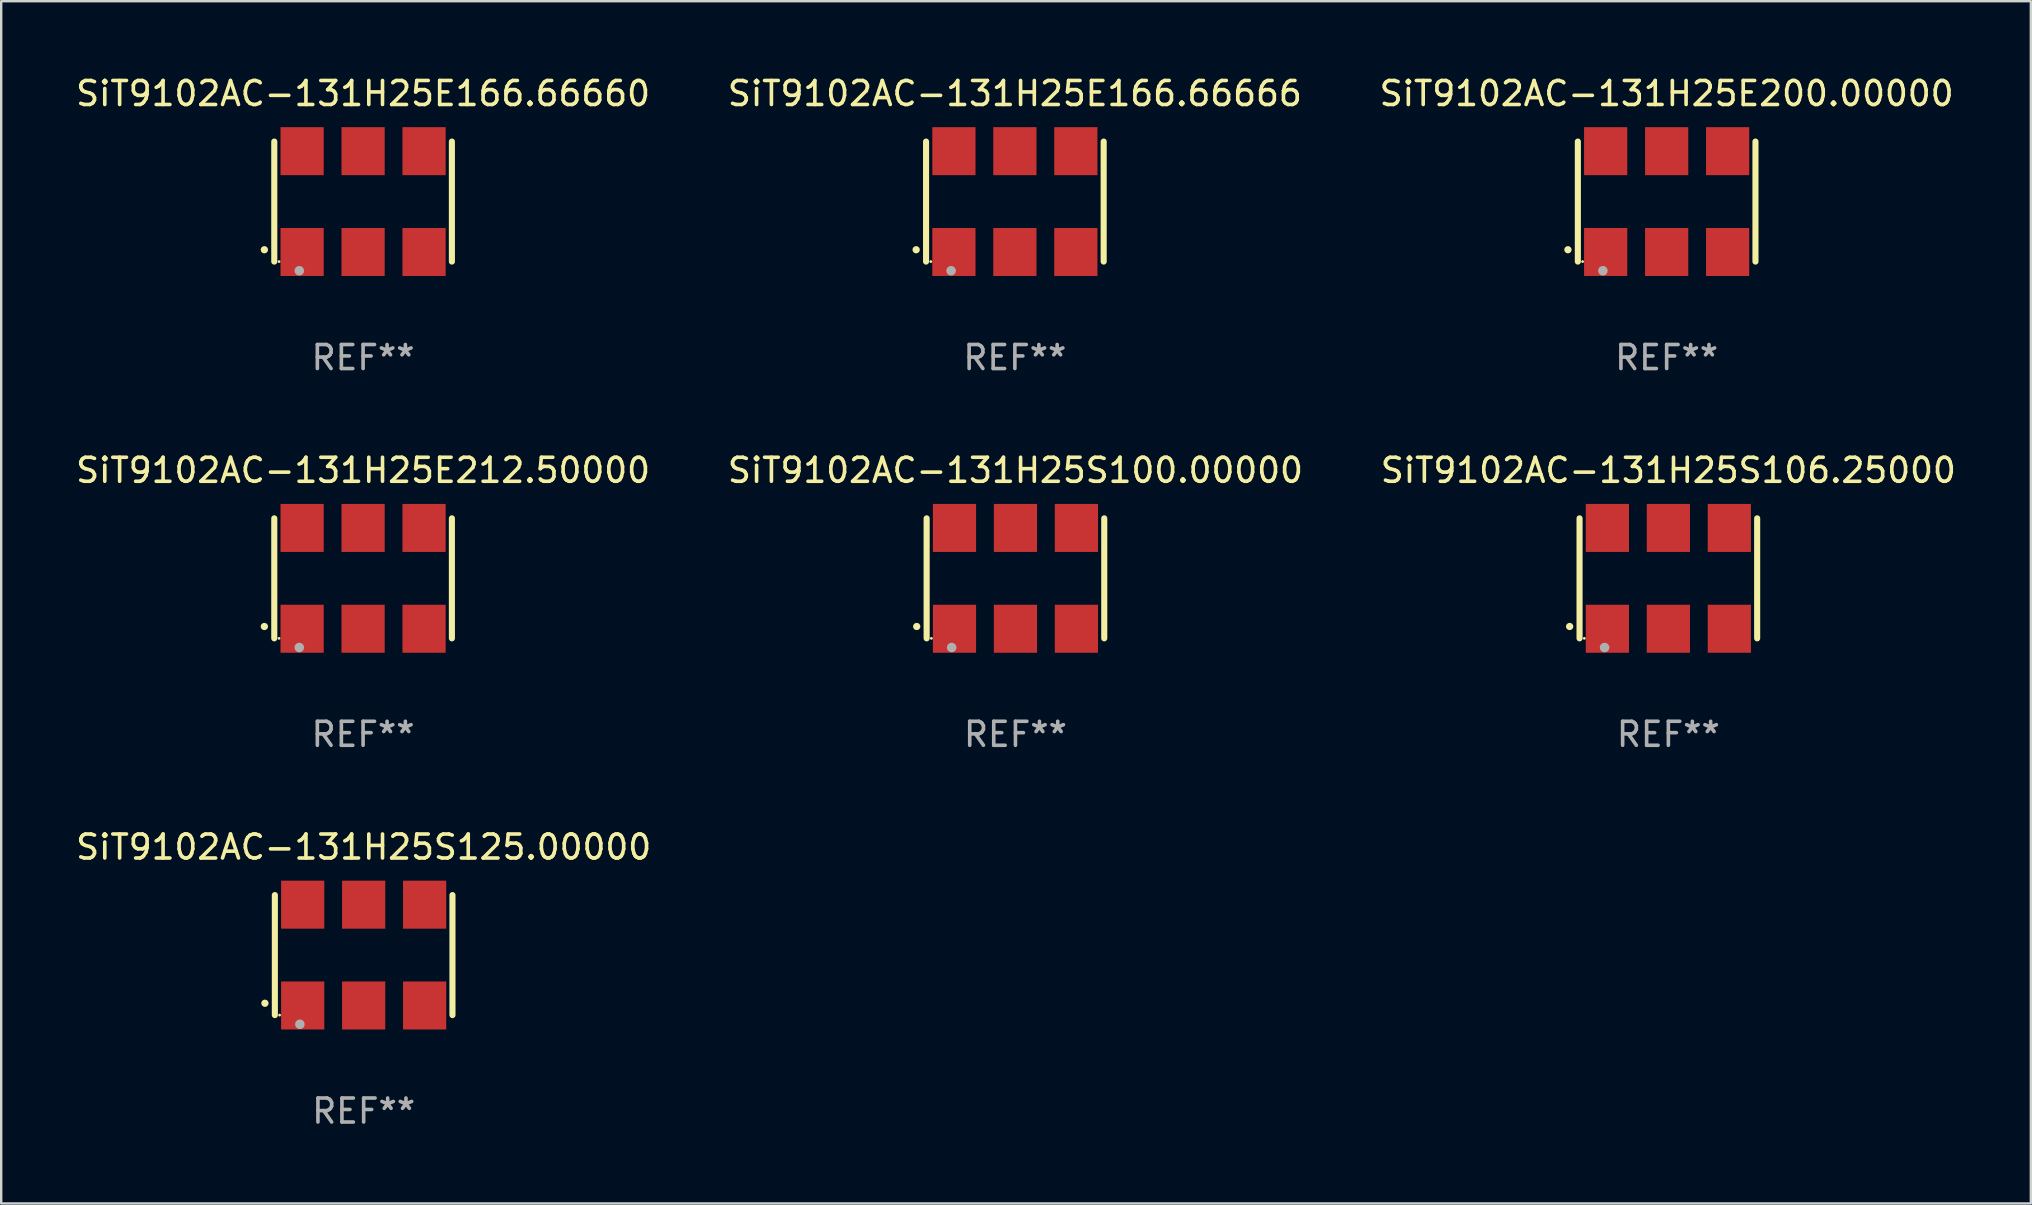
<source format=kicad_pcb>
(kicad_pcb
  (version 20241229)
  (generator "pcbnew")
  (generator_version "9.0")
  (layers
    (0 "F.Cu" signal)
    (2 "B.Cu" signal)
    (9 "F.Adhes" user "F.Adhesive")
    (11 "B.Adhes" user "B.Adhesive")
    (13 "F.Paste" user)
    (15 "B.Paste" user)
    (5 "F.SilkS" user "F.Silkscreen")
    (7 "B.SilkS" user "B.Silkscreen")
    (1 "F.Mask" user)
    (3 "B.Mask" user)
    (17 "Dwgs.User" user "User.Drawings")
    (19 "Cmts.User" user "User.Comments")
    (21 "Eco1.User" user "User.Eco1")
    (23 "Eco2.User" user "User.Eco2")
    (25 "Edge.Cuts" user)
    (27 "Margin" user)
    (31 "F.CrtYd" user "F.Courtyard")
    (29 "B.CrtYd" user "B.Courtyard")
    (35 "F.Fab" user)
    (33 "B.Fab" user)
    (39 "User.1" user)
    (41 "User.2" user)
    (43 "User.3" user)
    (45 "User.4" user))
  (footprint "SiT9102AC-131H25S125.00000"
    (layer "F.Cu")
    (at 12.101 36.741)
    (property "Reference" "SiT9102AC-131H25S125.00000" (at 0 -4.5 0) (layer "F.SilkS") (effects (font (size 1 1) (thickness 0.15))))
    (attr through_hole)
    (fp_line (start -3.7 -2.5) (end -3.7 2.5) (stroke (width 0.254) (type solid)) (layer "F.SilkS"))
    (fp_line (start 3.7 -2.5) (end 3.7 2.5) (stroke (width 0.254) (type solid)) (layer "F.SilkS"))
    (fp_arc (start -4.114415 2.006604) (mid -4.113145 2.006599) (end -4.111875 2.006604) (stroke (width 0.3) (type solid)) (layer "F.SilkS"))
    (fp_circle (center -3.502 2.5) (end -3.472 2.5) (stroke (width 0.06) (type solid)) (fill no) (layer "F.SilkS"))
    (fp_circle (center -2.657 2.882) (end -2.557 2.882) (stroke (width 0.2) (type solid)) (fill no) (layer "F.Fab"))
    (fp_text user "REF**" (at 0 6.5 0) (layer "F.Fab") (effects (font (size 1 1) (thickness 0.15))))
    (pad "1" smd rect (at -2.54 2.1) (size 1.8 2) (layers "F.Cu" "F.Mask" "F.Paste"))
    (pad "2" smd rect (at 0.000394 2.1) (size 1.8 2) (layers "F.Cu" "F.Mask" "F.Paste"))
    (pad "3" smd rect (at 2.54 2.1) (size 1.8 2) (layers "F.Cu" "F.Mask" "F.Paste"))
    (pad "4" smd rect (at 2.54 -2.1) (size 1.8 2) (layers "F.Cu" "F.Mask" "F.Paste"))
    (pad "5" smd rect (at 0.000394 -2.1) (size 1.8 2) (layers "F.Cu" "F.Mask" "F.Paste"))
    (pad "6" smd rect (at -2.54 -2.1) (size 1.8 2) (layers "F.Cu" "F.Mask" "F.Paste")))
  (footprint "SiT9102AC-131H25E166.66666"
    (layer "F.Cu")
    (at 39.232 5.348)
    (property "Reference" "SiT9102AC-131H25E166.66666" (at 0 -4.5 0) (layer "F.SilkS") (effects (font (size 1 1) (thickness 0.15))))
    (attr through_hole)
    (fp_line (start -3.7 -2.5) (end -3.7 2.5) (stroke (width 0.254) (type solid)) (layer "F.SilkS"))
    (fp_line (start 3.7 -2.5) (end 3.7 2.5) (stroke (width 0.254) (type solid)) (layer "F.SilkS"))
    (fp_arc (start -4.114415 2.006604) (mid -4.113145 2.006599) (end -4.111875 2.006604) (stroke (width 0.3) (type solid)) (layer "F.SilkS"))
    (fp_circle (center -3.502 2.5) (end -3.472 2.5) (stroke (width 0.06) (type solid)) (fill no) (layer "F.SilkS"))
    (fp_circle (center -2.657 2.882) (end -2.557 2.882) (stroke (width 0.2) (type solid)) (fill no) (layer "F.Fab"))
    (fp_text user "REF**" (at 0 6.5 0) (layer "F.Fab") (effects (font (size 1 1) (thickness 0.15))))
    (pad "1" smd rect (at -2.54 2.1) (size 1.8 2) (layers "F.Cu" "F.Mask" "F.Paste"))
    (pad "2" smd rect (at 0.000394 2.1) (size 1.8 2) (layers "F.Cu" "F.Mask" "F.Paste"))
    (pad "3" smd rect (at 2.54 2.1) (size 1.8 2) (layers "F.Cu" "F.Mask" "F.Paste"))
    (pad "4" smd rect (at 2.54 -2.1) (size 1.8 2) (layers "F.Cu" "F.Mask" "F.Paste"))
    (pad "5" smd rect (at 0.000394 -2.1) (size 1.8 2) (layers "F.Cu" "F.Mask" "F.Paste"))
    (pad "6" smd rect (at -2.54 -2.1) (size 1.8 2) (layers "F.Cu" "F.Mask" "F.Paste")))
  (footprint "SiT9102AC-131H25S106.25000"
    (layer "F.Cu")
    (at 66.458 21.045)
    (property "Reference" "SiT9102AC-131H25S106.25000" (at 0 -4.5 0) (layer "F.SilkS") (effects (font (size 1 1) (thickness 0.15))))
    (attr through_hole)
    (fp_line (start -3.7 -2.5) (end -3.7 2.5) (stroke (width 0.254) (type solid)) (layer "F.SilkS"))
    (fp_line (start 3.7 -2.5) (end 3.7 2.5) (stroke (width 0.254) (type solid)) (layer "F.SilkS"))
    (fp_arc (start -4.114415 2.006604) (mid -4.113145 2.006599) (end -4.111875 2.006604) (stroke (width 0.3) (type solid)) (layer "F.SilkS"))
    (fp_circle (center -3.502 2.5) (end -3.472 2.5) (stroke (width 0.06) (type solid)) (fill no) (layer "F.SilkS"))
    (fp_circle (center -2.657 2.882) (end -2.557 2.882) (stroke (width 0.2) (type solid)) (fill no) (layer "F.Fab"))
    (fp_text user "REF**" (at 0 6.5 0) (layer "F.Fab") (effects (font (size 1 1) (thickness 0.15))))
    (pad "1" smd rect (at -2.54 2.1) (size 1.8 2) (layers "F.Cu" "F.Mask" "F.Paste"))
    (pad "2" smd rect (at 0.000394 2.1) (size 1.8 2) (layers "F.Cu" "F.Mask" "F.Paste"))
    (pad "3" smd rect (at 2.54 2.1) (size 1.8 2) (layers "F.Cu" "F.Mask" "F.Paste"))
    (pad "4" smd rect (at 2.54 -2.1) (size 1.8 2) (layers "F.Cu" "F.Mask" "F.Paste"))
    (pad "5" smd rect (at 0.000394 -2.1) (size 1.8 2) (layers "F.Cu" "F.Mask" "F.Paste"))
    (pad "6" smd rect (at -2.54 -2.1) (size 1.8 2) (layers "F.Cu" "F.Mask" "F.Paste")))
  (footprint "SiT9102AC-131H25E212.50000"
    (layer "F.Cu")
    (at 12.077 21.045)
    (property "Reference" "SiT9102AC-131H25E212.50000" (at 0 -4.5 0) (layer "F.SilkS") (effects (font (size 1 1) (thickness 0.15))))
    (attr through_hole)
    (fp_line (start -3.7 -2.5) (end -3.7 2.5) (stroke (width 0.254) (type solid)) (layer "F.SilkS"))
    (fp_line (start 3.7 -2.5) (end 3.7 2.5) (stroke (width 0.254) (type solid)) (layer "F.SilkS"))
    (fp_arc (start -4.114415 2.006604) (mid -4.113145 2.006599) (end -4.111875 2.006604) (stroke (width 0.3) (type solid)) (layer "F.SilkS"))
    (fp_circle (center -3.502 2.5) (end -3.472 2.5) (stroke (width 0.06) (type solid)) (fill no) (layer "F.SilkS"))
    (fp_circle (center -2.657 2.882) (end -2.557 2.882) (stroke (width 0.2) (type solid)) (fill no) (layer "F.Fab"))
    (fp_text user "REF**" (at 0 6.5 0) (layer "F.Fab") (effects (font (size 1 1) (thickness 0.15))))
    (pad "1" smd rect (at -2.54 2.1) (size 1.8 2) (layers "F.Cu" "F.Mask" "F.Paste"))
    (pad "2" smd rect (at 0.000394 2.1) (size 1.8 2) (layers "F.Cu" "F.Mask" "F.Paste"))
    (pad "3" smd rect (at 2.54 2.1) (size 1.8 2) (layers "F.Cu" "F.Mask" "F.Paste"))
    (pad "4" smd rect (at 2.54 -2.1) (size 1.8 2) (layers "F.Cu" "F.Mask" "F.Paste"))
    (pad "5" smd rect (at 0.000394 -2.1) (size 1.8 2) (layers "F.Cu" "F.Mask" "F.Paste"))
    (pad "6" smd rect (at -2.54 -2.1) (size 1.8 2) (layers "F.Cu" "F.Mask" "F.Paste")))
  (footprint "SiT9102AC-131H25S100.00000"
    (layer "F.Cu")
    (at 39.256 21.045)
    (property "Reference" "SiT9102AC-131H25S100.00000" (at 0 -4.5 0) (layer "F.SilkS") (effects (font (size 1 1) (thickness 0.15))))
    (attr through_hole)
    (fp_line (start -3.7 -2.5) (end -3.7 2.5) (stroke (width 0.254) (type solid)) (layer "F.SilkS"))
    (fp_line (start 3.7 -2.5) (end 3.7 2.5) (stroke (width 0.254) (type solid)) (layer "F.SilkS"))
    (fp_arc (start -4.114415 2.006604) (mid -4.113145 2.006599) (end -4.111875 2.006604) (stroke (width 0.3) (type solid)) (layer "F.SilkS"))
    (fp_circle (center -3.502 2.5) (end -3.472 2.5) (stroke (width 0.06) (type solid)) (fill no) (layer "F.SilkS"))
    (fp_circle (center -2.657 2.882) (end -2.557 2.882) (stroke (width 0.2) (type solid)) (fill no) (layer "F.Fab"))
    (fp_text user "REF**" (at 0 6.5 0) (layer "F.Fab") (effects (font (size 1 1) (thickness 0.15))))
    (pad "1" smd rect (at -2.54 2.1) (size 1.8 2) (layers "F.Cu" "F.Mask" "F.Paste"))
    (pad "2" smd rect (at 0.000394 2.1) (size 1.8 2) (layers "F.Cu" "F.Mask" "F.Paste"))
    (pad "3" smd rect (at 2.54 2.1) (size 1.8 2) (layers "F.Cu" "F.Mask" "F.Paste"))
    (pad "4" smd rect (at 2.54 -2.1) (size 1.8 2) (layers "F.Cu" "F.Mask" "F.Paste"))
    (pad "5" smd rect (at 0.000394 -2.1) (size 1.8 2) (layers "F.Cu" "F.Mask" "F.Paste"))
    (pad "6" smd rect (at -2.54 -2.1) (size 1.8 2) (layers "F.Cu" "F.Mask" "F.Paste")))
  (footprint "SiT9102AC-131H25E200.00000"
    (layer "F.Cu")
    (at 66.387 5.348)
    (property "Reference" "SiT9102AC-131H25E200.00000" (at 0 -4.5 0) (layer "F.SilkS") (effects (font (size 1 1) (thickness 0.15))))
    (attr through_hole)
    (fp_line (start -3.7 -2.5) (end -3.7 2.5) (stroke (width 0.254) (type solid)) (layer "F.SilkS"))
    (fp_line (start 3.7 -2.5) (end 3.7 2.5) (stroke (width 0.254) (type solid)) (layer "F.SilkS"))
    (fp_arc (start -4.114415 2.006604) (mid -4.113145 2.006599) (end -4.111875 2.006604) (stroke (width 0.3) (type solid)) (layer "F.SilkS"))
    (fp_circle (center -3.502 2.5) (end -3.472 2.5) (stroke (width 0.06) (type solid)) (fill no) (layer "F.SilkS"))
    (fp_circle (center -2.657 2.882) (end -2.557 2.882) (stroke (width 0.2) (type solid)) (fill no) (layer "F.Fab"))
    (fp_text user "REF**" (at 0 6.5 0) (layer "F.Fab") (effects (font (size 1 1) (thickness 0.15))))
    (pad "1" smd rect (at -2.54 2.1) (size 1.8 2) (layers "F.Cu" "F.Mask" "F.Paste"))
    (pad "2" smd rect (at 0.000394 2.1) (size 1.8 2) (layers "F.Cu" "F.Mask" "F.Paste"))
    (pad "3" smd rect (at 2.54 2.1) (size 1.8 2) (layers "F.Cu" "F.Mask" "F.Paste"))
    (pad "4" smd rect (at 2.54 -2.1) (size 1.8 2) (layers "F.Cu" "F.Mask" "F.Paste"))
    (pad "5" smd rect (at 0.000394 -2.1) (size 1.8 2) (layers "F.Cu" "F.Mask" "F.Paste"))
    (pad "6" smd rect (at -2.54 -2.1) (size 1.8 2) (layers "F.Cu" "F.Mask" "F.Paste")))
  (footprint "SiT9102AC-131H25E166.66660"
    (layer "F.Cu")
    (at 12.077 5.348)
    (property "Reference" "SiT9102AC-131H25E166.66660" (at 0 -4.5 0) (layer "F.SilkS") (effects (font (size 1 1) (thickness 0.15))))
    (attr through_hole)
    (fp_line (start -3.7 -2.5) (end -3.7 2.5) (stroke (width 0.254) (type solid)) (layer "F.SilkS"))
    (fp_line (start 3.7 -2.5) (end 3.7 2.5) (stroke (width 0.254) (type solid)) (layer "F.SilkS"))
    (fp_arc (start -4.114415 2.006604) (mid -4.113145 2.006599) (end -4.111875 2.006604) (stroke (width 0.3) (type solid)) (layer "F.SilkS"))
    (fp_circle (center -3.502 2.5) (end -3.472 2.5) (stroke (width 0.06) (type solid)) (fill no) (layer "F.SilkS"))
    (fp_circle (center -2.657 2.882) (end -2.557 2.882) (stroke (width 0.2) (type solid)) (fill no) (layer "F.Fab"))
    (fp_text user "REF**" (at 0 6.5 0) (layer "F.Fab") (effects (font (size 1 1) (thickness 0.15))))
    (pad "1" smd rect (at -2.54 2.1) (size 1.8 2) (layers "F.Cu" "F.Mask" "F.Paste"))
    (pad "2" smd rect (at 0.000394 2.1) (size 1.8 2) (layers "F.Cu" "F.Mask" "F.Paste"))
    (pad "3" smd rect (at 2.54 2.1) (size 1.8 2) (layers "F.Cu" "F.Mask" "F.Paste"))
    (pad "4" smd rect (at 2.54 -2.1) (size 1.8 2) (layers "F.Cu" "F.Mask" "F.Paste"))
    (pad "5" smd rect (at 0.000394 -2.1) (size 1.8 2) (layers "F.Cu" "F.Mask" "F.Paste"))
    (pad "6" smd rect (at -2.54 -2.1) (size 1.8 2) (layers "F.Cu" "F.Mask" "F.Paste")))
  (gr_rect
    (start -3 -3)
    (end 81.56 47.09)
    (stroke (width 0.1) (type default))
    (fill no)
    (layer "Edge.Cuts")))
</source>
